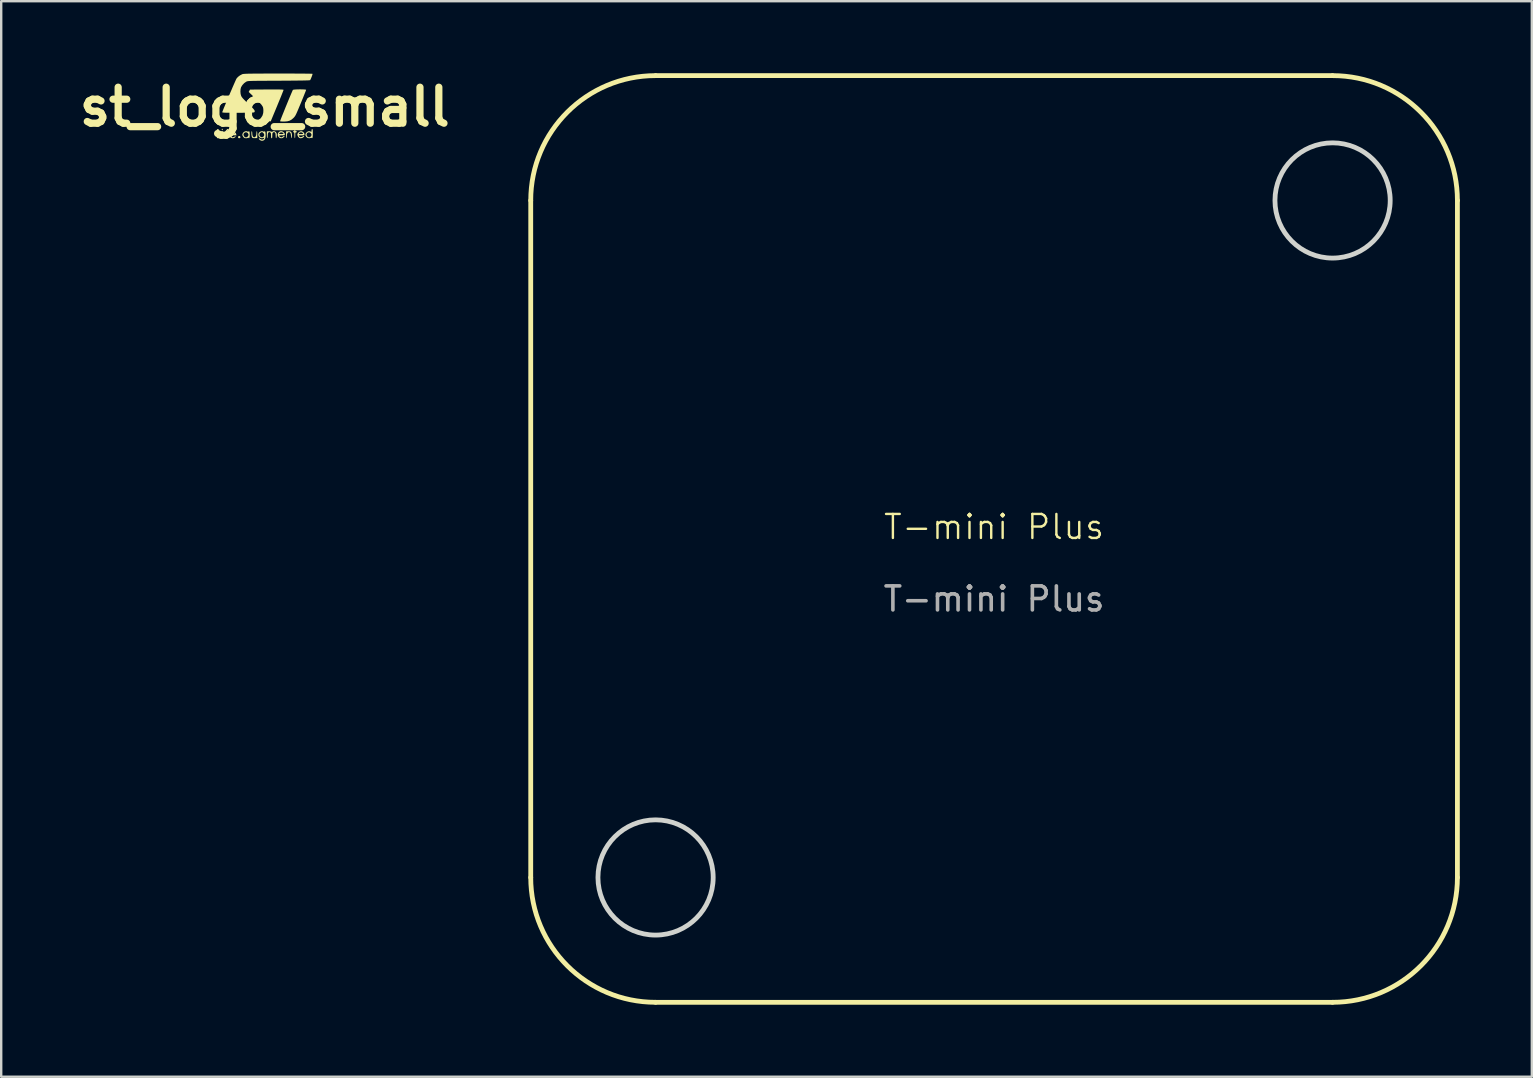
<source format=kicad_pcb>
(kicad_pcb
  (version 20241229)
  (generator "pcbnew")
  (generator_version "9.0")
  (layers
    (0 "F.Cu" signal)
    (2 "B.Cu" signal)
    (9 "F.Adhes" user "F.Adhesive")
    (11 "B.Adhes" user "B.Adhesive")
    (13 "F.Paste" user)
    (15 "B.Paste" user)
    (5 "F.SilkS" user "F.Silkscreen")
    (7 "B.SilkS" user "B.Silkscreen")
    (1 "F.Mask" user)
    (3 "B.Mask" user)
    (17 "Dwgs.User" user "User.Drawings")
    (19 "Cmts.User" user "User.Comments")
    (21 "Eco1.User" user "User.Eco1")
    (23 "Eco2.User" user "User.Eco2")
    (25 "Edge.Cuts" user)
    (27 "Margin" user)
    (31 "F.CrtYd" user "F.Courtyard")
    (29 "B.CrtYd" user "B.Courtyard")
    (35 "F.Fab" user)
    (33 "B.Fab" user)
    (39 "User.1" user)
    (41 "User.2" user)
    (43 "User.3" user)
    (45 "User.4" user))
  (footprint "T-mini Plus"
    (layer "F.Cu")
    (at 38.357 19.4)
    (property "Reference" "T-mini Plus" (at 0 -0.5 0) (unlocked yes) (layer "F.SilkS") (effects (font (size 1 1) (thickness 0.1))))
    (attr through_hole)
    (fp_line (start -19.3 -14.1) (end -19.3 14.1) (stroke (width 0.2) (type solid)) (layer "F.SilkS"))
    (fp_line (start -14.1 19.3) (end 14.1 19.3) (stroke (width 0.2) (type solid)) (layer "F.SilkS"))
    (fp_line (start 14.1 -19.3) (end -14.1 -19.3) (stroke (width 0.2) (type solid)) (layer "F.SilkS"))
    (fp_line (start 19.3 14.1) (end 19.3 -14.1) (stroke (width 0.2) (type solid)) (layer "F.SilkS"))
    (fp_arc (start -19.3 -14.1) (mid -17.776955 -17.776955) (end -14.1 -19.3) (stroke (width 0.2) (type solid)) (layer "F.SilkS"))
    (fp_arc (start -14.1 19.3) (mid -17.776955 17.776955) (end -19.3 14.1) (stroke (width 0.2) (type solid)) (layer "F.SilkS"))
    (fp_arc (start 14.1 -19.3) (mid 17.776955 -17.776955) (end 19.3 -14.1) (stroke (width 0.2) (type solid)) (layer "F.SilkS"))
    (fp_arc (start 19.3 14.1) (mid 17.776955 17.776955) (end 14.1 19.3) (stroke (width 0.2) (type solid)) (layer "F.SilkS"))
    (fp_circle (center -14.1 14.1) (end -11.7 14.1) (stroke (width 0.2) (type solid)) (fill no) (layer "Edge.Cuts"))
    (fp_circle (center 14.1 -14.1) (end 16.5 -14.1) (stroke (width 0.2) (type solid)) (fill no) (layer "Edge.Cuts"))
    (fp_text user "${REFERENCE}" (at 0 2.5 0) (unlocked yes) (layer "F.Fab") (effects (font (size 1 1) (thickness 0.15)))))
  (footprint "st_logo_small"
    (layer "F.Cu")
    (at 7.979 1.404)
    (property "Reference" "st_logo_small" (at 0 0 0) (layer "F.SilkS") (effects (font (size 1.5 1.5) (thickness 0.3))))
    (attr board_only exclude_from_pos_files exclude_from_bom)
    (fp_poly (pts (xy -1.75 0.93) (xy -1.748 0.939) (xy -1.762 0.966) (xy -1.77 0.97) (xy -1.788 0.962) (xy -1.792 0.939) (xy -1.784 0.912) (xy -1.77 0.909)) (stroke (width 0) (type solid)) (fill yes) (layer "F.SilkS"))
    (fp_poly (pts (xy -1.049 1.212) (xy -1.021 1.236) (xy -1.013 1.269) (xy -1.015 1.277) (xy -1.039 1.299) (xy -1.075 1.305) (xy -1.102 1.293) (xy -1.114 1.261) (xy -1.103 1.226) (xy -1.084 1.21)) (stroke (width 0) (type solid)) (fill yes) (layer "F.SilkS"))
    (fp_poly (pts (xy -1.746 1.022) (xy -1.741 1.05) (xy -1.74 1.104) (xy -1.74 1.128) (xy -1.738 1.197) (xy -1.731 1.238) (xy -1.717 1.257) (xy -1.714 1.259) (xy -1.688 1.276) (xy -1.694 1.292) (xy -1.726 1.303) (xy -1.757 1.305) (xy -1.806 1.3) (xy -1.825 1.286) (xy -1.827 1.279) (xy -1.813 1.256) (xy -1.801 1.253) (xy -1.785 1.244) (xy -1.777 1.214) (xy -1.775 1.157) (xy -1.777 1.1) (xy -1.784 1.07) (xy -1.8 1.061) (xy -1.802 1.061) (xy -1.823 1.053) (xy -1.819 1.035) (xy -1.798 1.018) (xy -1.778 1.012) (xy -1.758 1.012)) (stroke (width 0) (type solid)) (fill yes) (layer "F.SilkS"))
    (fp_poly (pts (xy -0.322 1.025) (xy -0.316 1.07) (xy -0.313 1.137) (xy -0.313 1.153) (xy -0.313 1.297) (xy -0.406 1.301) (xy -0.468 1.3) (xy -0.507 1.29) (xy -0.528 1.273) (xy -0.541 1.243) (xy -0.551 1.195) (xy -0.557 1.137) (xy -0.558 1.081) (xy -0.554 1.035) (xy -0.544 1.011) (xy -0.539 1.009) (xy -0.53 1.025) (xy -0.523 1.065) (xy -0.522 1.103) (xy -0.514 1.181) (xy -0.492 1.236) (xy -0.457 1.263) (xy -0.42 1.262) (xy -0.379 1.231) (xy -0.355 1.17) (xy -0.348 1.086) (xy -0.344 1.04) (xy -0.336 1.012) (xy -0.331 1.009)) (stroke (width 0) (type solid)) (fill yes) (layer "F.SilkS"))
    (fp_poly (pts (xy 1.045 1.016) (xy 1.091 1.037) (xy 1.118 1.079) (xy 1.13 1.148) (xy 1.131 1.192) (xy 1.128 1.261) (xy 1.12 1.296) (xy 1.111 1.299) (xy 1.101 1.267) (xy 1.093 1.202) (xy 1.092 1.198) (xy 1.084 1.128) (xy 1.069 1.086) (xy 1.052 1.068) (xy 1.017 1.047) (xy 0.989 1.051) (xy 0.957 1.079) (xy 0.934 1.112) (xy 0.924 1.161) (xy 0.922 1.209) (xy 0.919 1.262) (xy 0.912 1.296) (xy 0.905 1.305) (xy 0.896 1.288) (xy 0.89 1.244) (xy 0.887 1.177) (xy 0.887 1.161) (xy 0.887 1.017) (xy 0.974 1.013)) (stroke (width 0) (type solid)) (fill yes) (layer "F.SilkS"))
    (fp_poly (pts (xy -1.937 0.923) (xy -1.924 0.931) (xy -1.917 0.952) (xy -1.914 0.993) (xy -1.914 1.06) (xy -1.914 1.085) (xy -1.913 1.165) (xy -1.909 1.216) (xy -1.901 1.245) (xy -1.889 1.258) (xy -1.887 1.259) (xy -1.867 1.275) (xy -1.876 1.291) (xy -1.908 1.302) (xy -1.941 1.305) (xy -1.985 1.299) (xy -2.001 1.28) (xy -2.001 1.279) (xy -1.987 1.256) (xy -1.975 1.253) (xy -1.962 1.246) (xy -1.954 1.223) (xy -1.95 1.178) (xy -1.948 1.105) (xy -1.95 1.031) (xy -1.954 0.986) (xy -1.962 0.963) (xy -1.975 0.957) (xy -1.998 0.947) (xy -2.001 0.939) (xy -1.986 0.926) (xy -1.957 0.922)) (stroke (width 0) (type solid)) (fill yes) (layer "F.SilkS"))
    (fp_poly (pts (xy 1.266 0.937) (xy 1.27 0.966) (xy 1.278 1) (xy 1.305 1.009) (xy 1.333 1.02) (xy 1.34 1.035) (xy 1.325 1.056) (xy 1.305 1.061) (xy 1.287 1.065) (xy 1.276 1.079) (xy 1.271 1.113) (xy 1.27 1.173) (xy 1.27 1.183) (xy 1.268 1.245) (xy 1.262 1.289) (xy 1.253 1.305) (xy 1.253 1.305) (xy 1.244 1.289) (xy 1.237 1.246) (xy 1.235 1.185) (xy 1.234 1.121) (xy 1.229 1.084) (xy 1.218 1.065) (xy 1.199 1.056) (xy 1.199 1.056) (xy 1.175 1.04) (xy 1.179 1.02) (xy 1.207 1.009) (xy 1.21 1.009) (xy 1.23 0.994) (xy 1.235 0.966) (xy 1.241 0.933) (xy 1.253 0.922)) (stroke (width 0) (type solid)) (fill yes) (layer "F.SilkS"))
    (fp_poly (pts (xy -1.526 0.92) (xy -1.519 0.942) (xy -1.541 0.967) (xy -1.562 0.99) (xy -1.553 1.003) (xy -1.535 1.022) (xy -1.532 1.047) (xy -1.546 1.061) (xy -1.548 1.061) (xy -1.558 1.077) (xy -1.564 1.118) (xy -1.566 1.157) (xy -1.563 1.209) (xy -1.556 1.244) (xy -1.548 1.253) (xy -1.533 1.267) (xy -1.531 1.279) (xy -1.544 1.298) (xy -1.586 1.305) (xy -1.592 1.305) (xy -1.637 1.299) (xy -1.653 1.281) (xy -1.653 1.279) (xy -1.643 1.256) (xy -1.635 1.253) (xy -1.626 1.237) (xy -1.619 1.196) (xy -1.618 1.157) (xy -1.621 1.105) (xy -1.628 1.07) (xy -1.635 1.061) (xy -1.651 1.05) (xy -1.646 1.021) (xy -1.631 0.998) (xy -1.587 0.947) (xy -1.558 0.92) (xy -1.538 0.913)) (stroke (width 0) (type solid)) (fill yes) (layer "F.SilkS"))
    (fp_poly (pts (xy 0.533 -0.727) (xy 0.625 -0.726) (xy 0.694 -0.724) (xy 0.741 -0.721) (xy 0.769 -0.717) (xy 0.781 -0.712) (xy 0.782 -0.709) (xy 0.776 -0.689) (xy 0.757 -0.64) (xy 0.728 -0.566) (xy 0.69 -0.47) (xy 0.644 -0.357) (xy 0.591 -0.229) (xy 0.534 -0.091) (xy 0.515 -0.043) (xy 0.248 0.6) (xy -0.045 0.605) (xy -0.337 0.61) (xy -0.266 0.558) (xy -0.166 0.467) (xy -0.097 0.362) (xy -0.06 0.243) (xy -0.053 0.157) (xy -0.056 0.098) (xy -0.065 0.045) (xy -0.083 -0.006) (xy -0.115 -0.059) (xy -0.161 -0.12) (xy -0.226 -0.191) (xy -0.312 -0.278) (xy -0.396 -0.36) (xy -0.67 -0.624) (xy -0.643 -0.673) (xy -0.616 -0.722) (xy 0.083 -0.727) (xy 0.264 -0.728) (xy 0.413 -0.728)) (stroke (width 0) (type solid)) (fill yes) (layer "F.SilkS"))
    (fp_poly (pts (xy -1.317 1.016) (xy -1.248 1.045) (xy -1.204 1.099) (xy -1.191 1.135) (xy -1.179 1.183) (xy -1.303 1.183) (xy -1.375 1.186) (xy -1.415 1.194) (xy -1.422 1.21) (xy -1.4 1.234) (xy -1.381 1.247) (xy -1.349 1.265) (xy -1.323 1.266) (xy -1.286 1.249) (xy -1.277 1.244) (xy -1.231 1.224) (xy -1.209 1.224) (xy -1.213 1.242) (xy -1.237 1.268) (xy -1.294 1.3) (xy -1.359 1.302) (xy -1.419 1.277) (xy -1.436 1.262) (xy -1.473 1.205) (xy -1.476 1.143) (xy -1.463 1.115) (xy -1.422 1.115) (xy -1.392 1.127) (xy -1.331 1.131) (xy -1.277 1.129) (xy -1.25 1.123) (xy -1.245 1.11) (xy -1.246 1.105) (xy -1.273 1.078) (xy -1.319 1.066) (xy -1.37 1.071) (xy -1.384 1.076) (xy -1.42 1.098) (xy -1.422 1.115) (xy -1.463 1.115) (xy -1.446 1.081) (xy -1.426 1.058) (xy -1.386 1.024) (xy -1.352 1.013)) (stroke (width 0) (type solid)) (fill yes) (layer "F.SilkS"))
    (fp_poly (pts (xy -0.642 1.024) (xy -0.632 1.068) (xy -0.627 1.137) (xy -0.626 1.157) (xy -0.63 1.232) (xy -0.64 1.282) (xy -0.654 1.304) (xy -0.673 1.295) (xy -0.678 1.288) (xy -0.694 1.276) (xy -0.703 1.286) (xy -0.727 1.298) (xy -0.771 1.305) (xy -0.782 1.305) (xy -0.836 1.298) (xy -0.876 1.271) (xy -0.894 1.251) (xy -0.931 1.19) (xy -0.933 1.15) (xy -0.887 1.15) (xy -0.875 1.201) (xy -0.843 1.244) (xy -0.8 1.268) (xy -0.783 1.27) (xy -0.745 1.258) (xy -0.713 1.235) (xy -0.681 1.184) (xy -0.682 1.131) (xy -0.713 1.084) (xy -0.744 1.063) (xy -0.793 1.055) (xy -0.843 1.073) (xy -0.874 1.103) (xy -0.887 1.15) (xy -0.933 1.15) (xy -0.934 1.132) (xy -0.903 1.075) (xy -0.889 1.06) (xy -0.831 1.02) (xy -0.768 1.009) (xy -0.714 1.026) (xy -0.685 1.031) (xy -0.677 1.023) (xy -0.658 1.008)) (stroke (width 0) (type solid)) (fill yes) (layer "F.SilkS"))
    (fp_poly (pts (xy 0.741 1.023) (xy 0.792 1.058) (xy 0.827 1.105) (xy 0.835 1.142) (xy 0.833 1.163) (xy 0.822 1.176) (xy 0.794 1.181) (xy 0.742 1.183) (xy 0.712 1.183) (xy 0.64 1.186) (xy 0.602 1.196) (xy 0.597 1.213) (xy 0.624 1.237) (xy 0.649 1.252) (xy 0.681 1.267) (xy 0.708 1.264) (xy 0.744 1.241) (xy 0.748 1.238) (xy 0.793 1.211) (xy 0.82 1.205) (xy 0.826 1.218) (xy 0.806 1.248) (xy 0.796 1.258) (xy 0.736 1.297) (xy 0.671 1.305) (xy 0.608 1.283) (xy 0.582 1.262) (xy 0.546 1.206) (xy 0.539 1.144) (xy 0.548 1.116) (xy 0.592 1.116) (xy 0.607 1.124) (xy 0.648 1.129) (xy 0.687 1.131) (xy 0.74 1.128) (xy 0.774 1.122) (xy 0.783 1.116) (xy 0.768 1.088) (xy 0.731 1.066) (xy 0.687 1.057) (xy 0.642 1.066) (xy 0.606 1.089) (xy 0.592 1.116) (xy 0.548 1.116) (xy 0.557 1.086) (xy 0.595 1.039) (xy 0.652 1.012) (xy 0.684 1.009)) (stroke (width 0) (type solid)) (fill yes) (layer "F.SilkS"))
    (fp_poly (pts (xy 1.987 0.928) (xy 1.994 0.948) (xy 1.999 0.989) (xy 2 1.057) (xy 2.001 1.104) (xy 1.999 1.195) (xy 1.993 1.259) (xy 1.985 1.293) (xy 1.981 1.297) (xy 1.957 1.297) (xy 1.95 1.291) (xy 1.928 1.282) (xy 1.913 1.288) (xy 1.855 1.306) (xy 1.792 1.295) (xy 1.738 1.257) (xy 1.733 1.251) (xy 1.695 1.19) (xy 1.695 1.174) (xy 1.741 1.174) (xy 1.764 1.223) (xy 1.775 1.235) (xy 1.812 1.261) (xy 1.844 1.27) (xy 1.882 1.258) (xy 1.914 1.235) (xy 1.944 1.184) (xy 1.942 1.132) (xy 1.907 1.083) (xy 1.902 1.08) (xy 1.852 1.056) (xy 1.805 1.06) (xy 1.767 1.086) (xy 1.744 1.126) (xy 1.741 1.174) (xy 1.695 1.174) (xy 1.693 1.132) (xy 1.724 1.075) (xy 1.738 1.06) (xy 1.8 1.018) (xy 1.865 1.01) (xy 1.915 1.027) (xy 1.937 1.035) (xy 1.947 1.023) (xy 1.948 0.984) (xy 1.954 0.938) (xy 1.972 0.922) (xy 1.975 0.922)) (stroke (width 0) (type solid)) (fill yes) (layer "F.SilkS"))
    (fp_poly (pts (xy 1.569 1.024) (xy 1.618 1.06) (xy 1.648 1.11) (xy 1.653 1.139) (xy 1.651 1.162) (xy 1.641 1.175) (xy 1.615 1.181) (xy 1.565 1.183) (xy 1.53 1.183) (xy 1.467 1.184) (xy 1.432 1.187) (xy 1.419 1.195) (xy 1.422 1.21) (xy 1.426 1.217) (xy 1.462 1.255) (xy 1.511 1.262) (xy 1.566 1.238) (xy 1.569 1.236) (xy 1.612 1.21) (xy 1.638 1.205) (xy 1.643 1.22) (xy 1.62 1.252) (xy 1.614 1.258) (xy 1.559 1.293) (xy 1.497 1.305) (xy 1.439 1.292) (xy 1.425 1.282) (xy 1.384 1.234) (xy 1.36 1.173) (xy 1.357 1.148) (xy 1.366 1.119) (xy 1.42 1.119) (xy 1.438 1.128) (xy 1.482 1.131) (xy 1.505 1.131) (xy 1.558 1.128) (xy 1.592 1.121) (xy 1.601 1.114) (xy 1.587 1.093) (xy 1.559 1.07) (xy 1.511 1.055) (xy 1.463 1.063) (xy 1.427 1.092) (xy 1.421 1.103) (xy 1.42 1.119) (xy 1.366 1.119) (xy 1.372 1.103) (xy 1.41 1.058) (xy 1.46 1.024) (xy 1.511 1.009) (xy 1.513 1.009)) (stroke (width 0) (type solid)) (fill yes) (layer "F.SilkS"))
    (fp_poly (pts (xy 1.553 -0.731) (xy 1.626 -0.728) (xy 1.683 -0.724) (xy 1.716 -0.717) (xy 1.722 -0.712) (xy 1.716 -0.692) (xy 1.698 -0.644) (xy 1.669 -0.572) (xy 1.632 -0.479) (xy 1.588 -0.369) (xy 1.538 -0.247) (xy 1.502 -0.16) (xy 1.441 -0.014) (xy 1.392 0.104) (xy 1.352 0.197) (xy 1.32 0.269) (xy 1.293 0.325) (xy 1.27 0.367) (xy 1.248 0.399) (xy 1.227 0.426) (xy 1.203 0.451) (xy 1.192 0.463) (xy 1.114 0.529) (xy 1.032 0.574) (xy 0.937 0.599) (xy 0.822 0.609) (xy 0.79 0.609) (xy 0.722 0.607) (xy 0.67 0.604) (xy 0.641 0.598) (xy 0.638 0.596) (xy 0.643 0.578) (xy 0.659 0.533) (xy 0.686 0.463) (xy 0.721 0.374) (xy 0.763 0.27) (xy 0.81 0.154) (xy 0.859 0.031) (xy 0.911 -0.095) (xy 0.962 -0.219) (xy 1.011 -0.338) (xy 1.057 -0.448) (xy 1.097 -0.543) (xy 1.131 -0.621) (xy 1.155 -0.677) (xy 1.17 -0.707) (xy 1.171 -0.709) (xy 1.192 -0.717) (xy 1.24 -0.723) (xy 1.307 -0.728) (xy 1.386 -0.731) (xy 1.471 -0.732)) (stroke (width 0) (type solid)) (fill yes) (layer "F.SilkS"))
    (fp_poly (pts (xy 0.41 1.015) (xy 0.457 1.042) (xy 0.469 1.056) (xy 0.492 1.094) (xy 0.501 1.14) (xy 0.501 1.198) (xy 0.493 1.264) (xy 0.481 1.299) (xy 0.468 1.301) (xy 0.457 1.27) (xy 0.452 1.207) (xy 0.452 1.203) (xy 0.448 1.127) (xy 0.433 1.081) (xy 0.425 1.071) (xy 0.399 1.049) (xy 0.377 1.047) (xy 0.347 1.062) (xy 0.328 1.078) (xy 0.318 1.106) (xy 0.314 1.156) (xy 0.313 1.192) (xy 0.311 1.256) (xy 0.305 1.291) (xy 0.293 1.304) (xy 0.287 1.305) (xy 0.272 1.297) (xy 0.264 1.27) (xy 0.261 1.217) (xy 0.261 1.192) (xy 0.259 1.128) (xy 0.252 1.09) (xy 0.238 1.069) (xy 0.227 1.062) (xy 0.194 1.046) (xy 0.172 1.05) (xy 0.149 1.071) (xy 0.13 1.109) (xy 0.122 1.176) (xy 0.122 1.202) (xy 0.119 1.257) (xy 0.112 1.294) (xy 0.104 1.305) (xy 0.096 1.288) (xy 0.09 1.244) (xy 0.087 1.177) (xy 0.087 1.161) (xy 0.087 1.016) (xy 0.159 1.014) (xy 0.214 1.016) (xy 0.258 1.026) (xy 0.265 1.029) (xy 0.302 1.038) (xy 0.318 1.028) (xy 0.359 1.009)) (stroke (width 0) (type solid)) (fill yes) (layer "F.SilkS"))
    (fp_poly (pts (xy 0.016 1.025) (xy 0.027 1.062) (xy 0.034 1.114) (xy 0.036 1.174) (xy 0.032 1.237) (xy 0.023 1.294) (xy 0.016 1.32) (xy -0.019 1.375) (xy -0.072 1.406) (xy -0.133 1.41) (xy -0.194 1.386) (xy -0.222 1.363) (xy -0.248 1.327) (xy -0.246 1.307) (xy -0.223 1.309) (xy -0.191 1.331) (xy -0.144 1.356) (xy -0.092 1.359) (xy -0.049 1.339) (xy -0.041 1.33) (xy -0.02 1.294) (xy -0.024 1.279) (xy -0.051 1.287) (xy -0.051 1.287) (xy -0.114 1.305) (xy -0.171 1.295) (xy -0.22 1.264) (xy -0.254 1.218) (xy -0.266 1.173) (xy -0.223 1.173) (xy -0.201 1.222) (xy -0.17 1.249) (xy -0.121 1.266) (xy -0.084 1.26) (xy -0.051 1.234) (xy -0.023 1.185) (xy -0.027 1.132) (xy -0.061 1.083) (xy -0.073 1.073) (xy -0.107 1.051) (xy -0.132 1.05) (xy -0.165 1.068) (xy -0.165 1.068) (xy -0.201 1.097) (xy -0.22 1.123) (xy -0.223 1.173) (xy -0.266 1.173) (xy -0.269 1.164) (xy -0.261 1.107) (xy -0.225 1.055) (xy -0.22 1.05) (xy -0.162 1.018) (xy -0.1 1.01) (xy -0.053 1.026) (xy -0.024 1.031) (xy -0.015 1.023) (xy 0.002 1.01)) (stroke (width 0) (type solid)) (fill yes) (layer "F.SilkS"))
    (fp_poly (pts (xy 0.779 -1.391) (xy 0.988 -1.391) (xy 1.185 -1.39) (xy 1.366 -1.389) (xy 1.529 -1.388) (xy 1.671 -1.387) (xy 1.791 -1.385) (xy 1.884 -1.384) (xy 1.95 -1.382) (xy 1.984 -1.38) (xy 1.989 -1.379) (xy 1.987 -1.357) (xy 1.974 -1.314) (xy 1.954 -1.259) (xy 1.931 -1.201) (xy 1.909 -1.151) (xy 1.891 -1.119) (xy 1.887 -1.114) (xy 1.866 -1.111) (xy 1.811 -1.107) (xy 1.723 -1.104) (xy 1.603 -1.101) (xy 1.452 -1.099) (xy 1.27 -1.097) (xy 1.059 -1.095) (xy 0.819 -1.093) (xy 0.582 -1.092) (xy 0.34 -1.091) (xy 0.13 -1.09) (xy -0.05 -1.089) (xy -0.202 -1.088) (xy -0.33 -1.087) (xy -0.435 -1.086) (xy -0.52 -1.084) (xy -0.588 -1.082) (xy -0.64 -1.079) (xy -0.68 -1.076) (xy -0.71 -1.072) (xy -0.732 -1.067) (xy -0.749 -1.062) (xy -0.763 -1.056) (xy -0.776 -1.049) (xy -0.858 -0.991) (xy -0.932 -0.911) (xy -0.985 -0.825) (xy -0.988 -0.819) (xy -1.009 -0.739) (xy -1.015 -0.642) (xy -1.007 -0.544) (xy -0.986 -0.467) (xy -0.97 -0.433) (xy -0.945 -0.396) (xy -0.907 -0.35) (xy -0.853 -0.293) (xy -0.78 -0.22) (xy -0.686 -0.13) (xy -0.59 -0.037) (xy -0.517 0.035) (xy -0.466 0.091) (xy -0.434 0.134) (xy -0.419 0.167) (xy -0.419 0.192) (xy -0.431 0.214) (xy -0.438 0.223) (xy -0.454 0.228) (xy -0.489 0.233) (xy -0.547 0.237) (xy -0.63 0.24) (xy -0.739 0.242) (xy -0.878 0.243) (xy -1.048 0.244) (xy -1.119 0.244) (xy -1.288 0.243) (xy -1.425 0.243) (xy -1.534 0.242) (xy -1.618 0.241) (xy -1.68 0.239) (xy -1.723 0.236) (xy -1.75 0.232) (xy -1.765 0.227) (xy -1.77 0.221) (xy -1.77 0.213) (xy -1.77 0.213) (xy -1.758 0.18) (xy -1.734 0.12) (xy -1.701 0.037) (xy -1.659 -0.064) (xy -1.611 -0.18) (xy -1.559 -0.305) (xy -1.503 -0.436) (xy -1.447 -0.569) (xy -1.391 -0.698) (xy -1.339 -0.821) (xy -1.29 -0.933) (xy -1.248 -1.029) (xy -1.214 -1.105) (xy -1.189 -1.158) (xy -1.177 -1.182) (xy -1.117 -1.25) (xy -1.036 -1.312) (xy -0.945 -1.36) (xy -0.927 -1.367) (xy -0.909 -1.371) (xy -0.88 -1.375) (xy -0.837 -1.378) (xy -0.779 -1.381) (xy -0.703 -1.384) (xy -0.607 -1.386) (xy -0.49 -1.387) (xy -0.349 -1.389) (xy -0.182 -1.389) (xy 0.013 -1.39) (xy 0.238 -1.391) (xy 0.496 -1.391) (xy 0.56 -1.391)) (stroke (width 0) (type solid)) (fill yes) (layer "F.SilkS")))
  (gr_rect
    (start -3 -3)
    (end 60.757 41.8)
    (stroke (width 0.1) (type default))
    (fill no)
    (layer "Edge.Cuts")))
</source>
